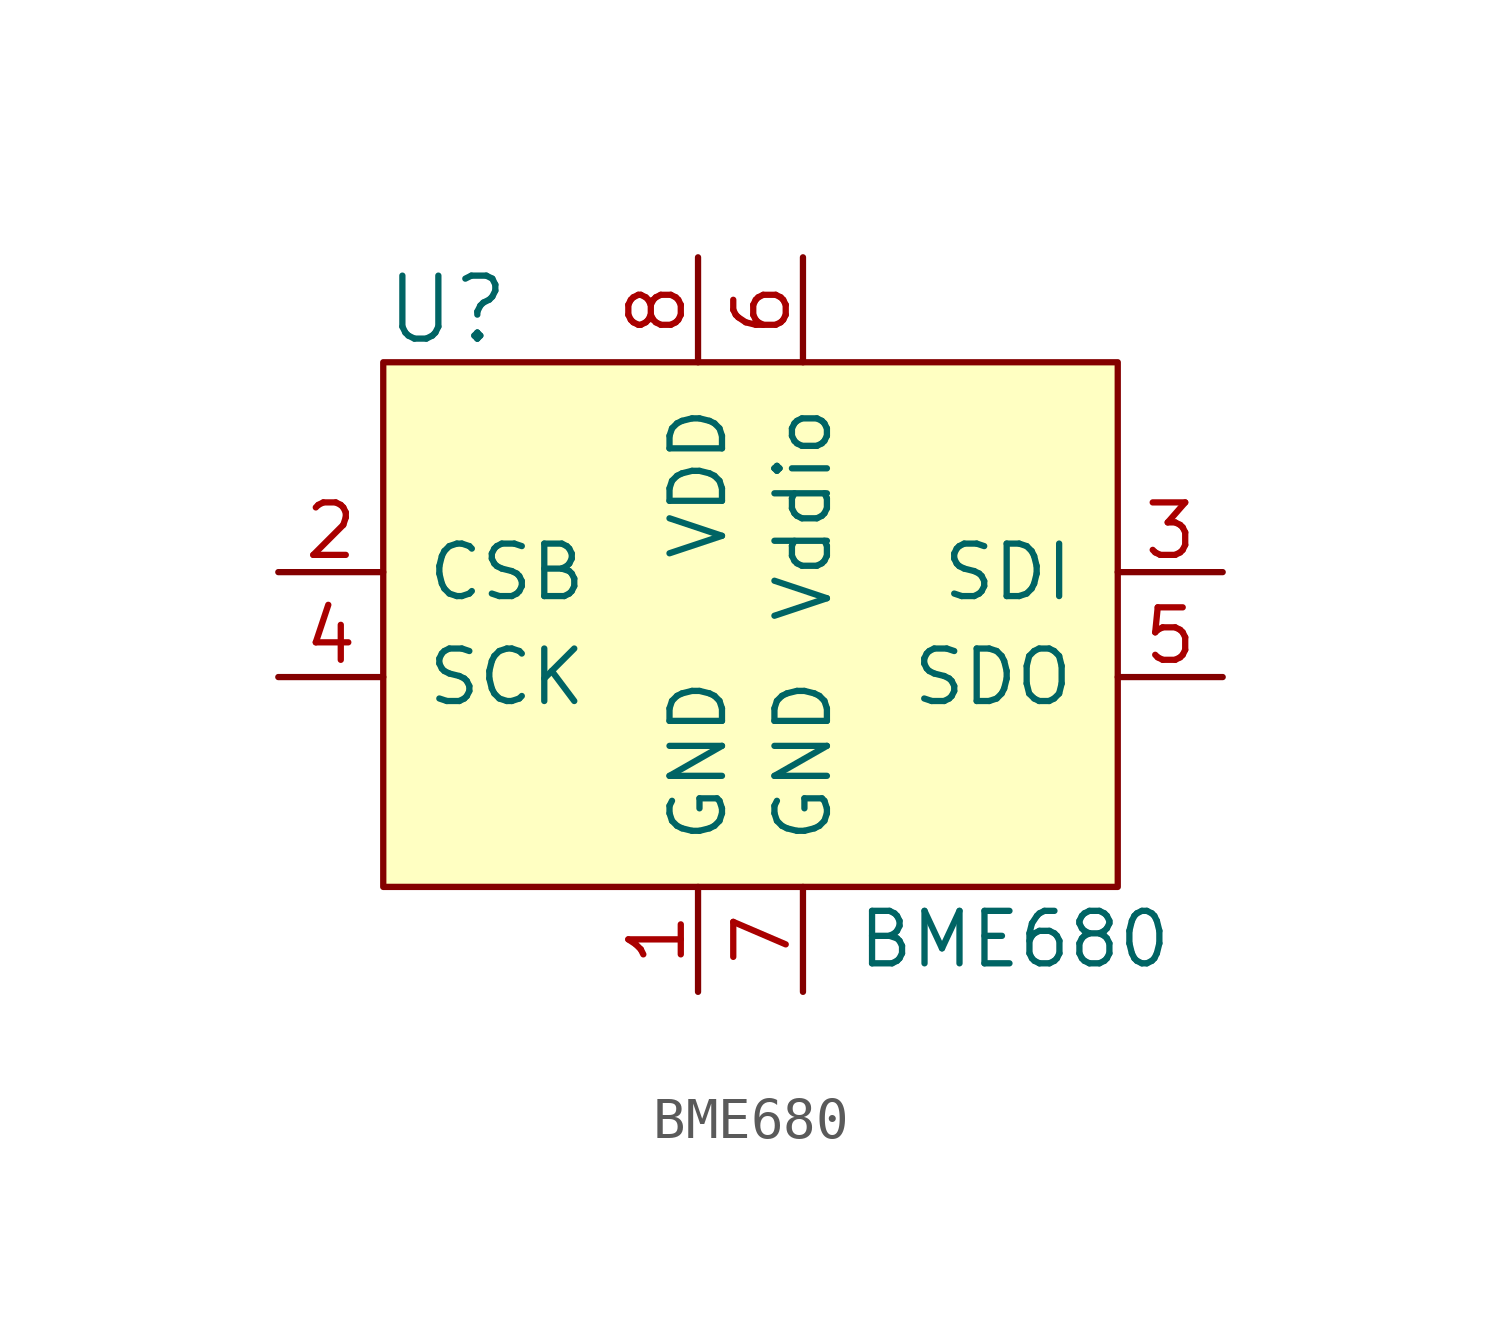
<source format=kicad_sym>
(kicad_symbol_lib
  (version 20201005)
  (generator kicad_symbol_editor)
  (symbol "BME680"
    (pin_names
      (offset 1.016))
    (property "Reference" "U"
      (at -7.62 8.89 0)
      (effects (font (size 1.524 1.524)) (justify left)))
    (property "Value" "BME680"
      (at 3.81 -6.35 0)
      (effects (font (size 1.27 1.27)) (justify left)))
    (symbol "BME680_0_1"
      (rectangle (start -7.62 7.62) (end 10.16 -5.08) (stroke (width 0)) (fill (type background))))
    (symbol "BME680_1_1"
      (pin power_in line (at 0 -7.62 90) (length 2.54) (name "GND" (effects (font (size 1.27 1.27)))) (number "1" (effects (font (size 1.27 1.27)))))
      (pin input line (at -10.16 2.54 0) (length 2.54) (name "CSB" (effects (font (size 1.27 1.27)))) (number "2" (effects (font (size 1.27 1.27)))))
      (pin bidirectional line (at 12.7 2.54 180) (length 2.54) (name "SDI" (effects (font (size 1.27 1.27)))) (number "3" (effects (font (size 1.27 1.27)))))
      (pin input line (at -10.16 0 0) (length 2.54) (name "SCK" (effects (font (size 1.27 1.27)))) (number "4" (effects (font (size 1.27 1.27)))))
      (pin bidirectional line (at 12.7 0 180) (length 2.54) (name "SDO" (effects (font (size 1.27 1.27)))) (number "5" (effects (font (size 1.27 1.27)))))
      (pin power_in line (at 2.54 10.16 270) (length 2.54) (name "Vddio" (effects (font (size 1.27 1.27)))) (number "6" (effects (font (size 1.27 1.27)))))
      (pin power_in line (at 2.54 -7.62 90) (length 2.54) (name "GND" (effects (font (size 1.27 1.27)))) (number "7" (effects (font (size 1.27 1.27)))))
      (pin power_in line (at 0 10.16 270) (length 2.54) (name "VDD" (effects (font (size 1.27 1.27)))) (number "8" (effects (font (size 1.27 1.27))))))))
</source>
